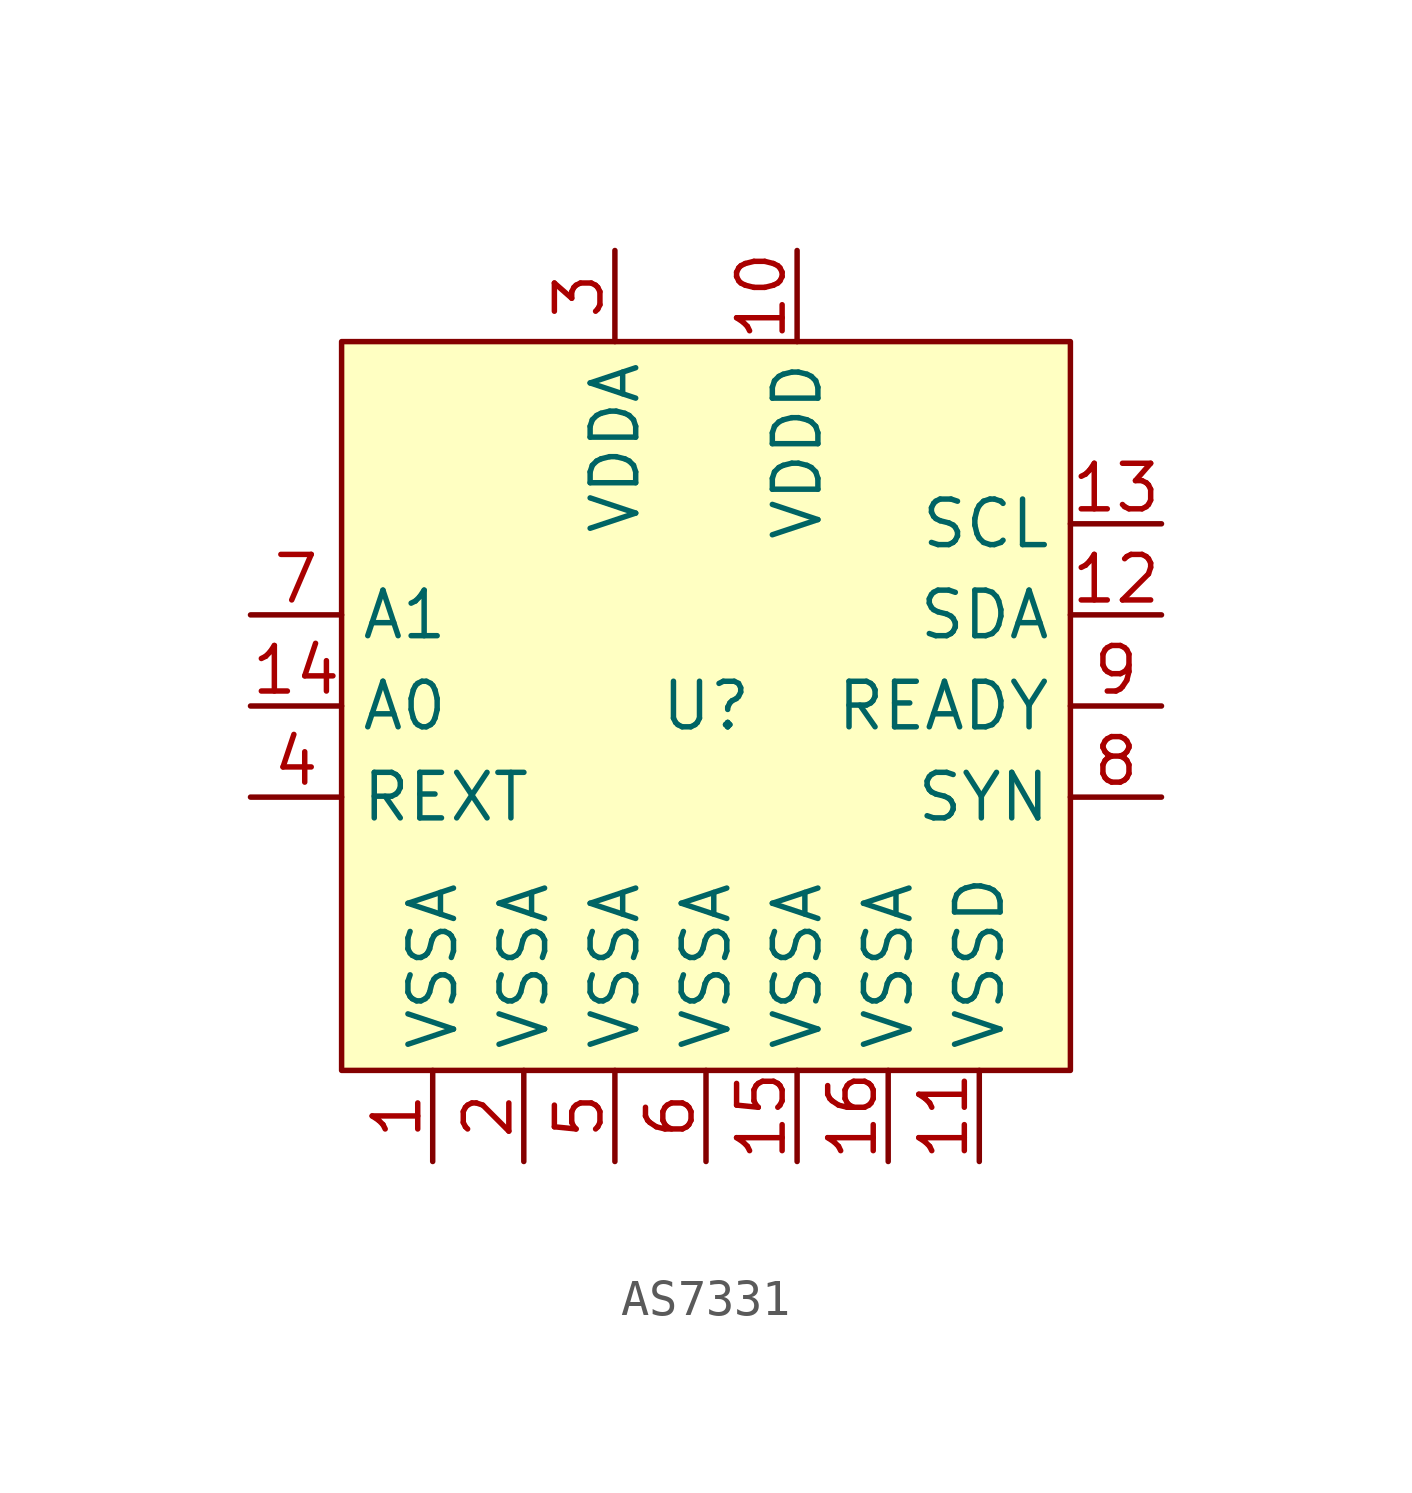
<source format=kicad_sym>
(kicad_symbol_lib
  (version 20220914)
  (generator kicad_symbol_editor)
  (symbol "AS7331"
    (property "Reference" "U"
      (at 0 0 0)
      (effects (font (size 1.27 1.27))))
    (property "Value" ""
      (at 0 0 0)
      (effects (font (size 1.27 1.27))))
    (symbol "AS7331_1_1"
      (rectangle (start -10.16 10.16) (end 10.16 -10.16) (stroke (width 0) (type default)) (fill (type background)))
      (pin power_in line (at -7.62 -12.7 90) (length 2.54) (name "VSSA" (effects (font (size 1.27 1.27)))) (number "1" (effects (font (size 1.27 1.27)))))
      (pin power_in line (at 2.54 12.7 270) (length 2.54) (name "VDDD" (effects (font (size 1.27 1.27)))) (number "10" (effects (font (size 1.27 1.27)))))
      (pin power_in line (at 7.62 -12.7 90) (length 2.54) (name "VSSD" (effects (font (size 1.27 1.27)))) (number "11" (effects (font (size 1.27 1.27)))))
      (pin bidirectional line (at 12.7 2.54 180) (length 2.54) (name "SDA" (effects (font (size 1.27 1.27)))) (number "12" (effects (font (size 1.27 1.27)))))
      (pin input line (at 12.7 5.08 180) (length 2.54) (name "SCL" (effects (font (size 1.27 1.27)))) (number "13" (effects (font (size 1.27 1.27)))))
      (pin input line (at -12.7 0 0) (length 2.54) (name "A0" (effects (font (size 1.27 1.27)))) (number "14" (effects (font (size 1.27 1.27)))))
      (pin power_in line (at 2.54 -12.7 90) (length 2.54) (name "VSSA" (effects (font (size 1.27 1.27)))) (number "15" (effects (font (size 1.27 1.27)))))
      (pin power_in line (at 5.08 -12.7 90) (length 2.54) (name "VSSA" (effects (font (size 1.27 1.27)))) (number "16" (effects (font (size 1.27 1.27)))))
      (pin power_in line (at -5.08 -12.7 90) (length 2.54) (name "VSSA" (effects (font (size 1.27 1.27)))) (number "2" (effects (font (size 1.27 1.27)))))
      (pin power_in line (at -2.54 12.7 270) (length 2.54) (name "VDDA" (effects (font (size 1.27 1.27)))) (number "3" (effects (font (size 1.27 1.27)))))
      (pin bidirectional line (at -12.7 -2.54 0) (length 2.54) (name "REXT" (effects (font (size 1.27 1.27)))) (number "4" (effects (font (size 1.27 1.27)))))
      (pin power_in line (at -2.54 -12.7 90) (length 2.54) (name "VSSA" (effects (font (size 1.27 1.27)))) (number "5" (effects (font (size 1.27 1.27)))))
      (pin power_in line (at 0 -12.7 90) (length 2.54) (name "VSSA" (effects (font (size 1.27 1.27)))) (number "6" (effects (font (size 1.27 1.27)))))
      (pin input line (at -12.7 2.54 0) (length 2.54) (name "A1" (effects (font (size 1.27 1.27)))) (number "7" (effects (font (size 1.27 1.27)))))
      (pin input line (at 12.7 -2.54 180) (length 2.54) (name "SYN" (effects (font (size 1.27 1.27)))) (number "8" (effects (font (size 1.27 1.27)))))
      (pin output line (at 12.7 0 180) (length 2.54) (name "READY" (effects (font (size 1.27 1.27)))) (number "9" (effects (font (size 1.27 1.27))))))))
</source>
